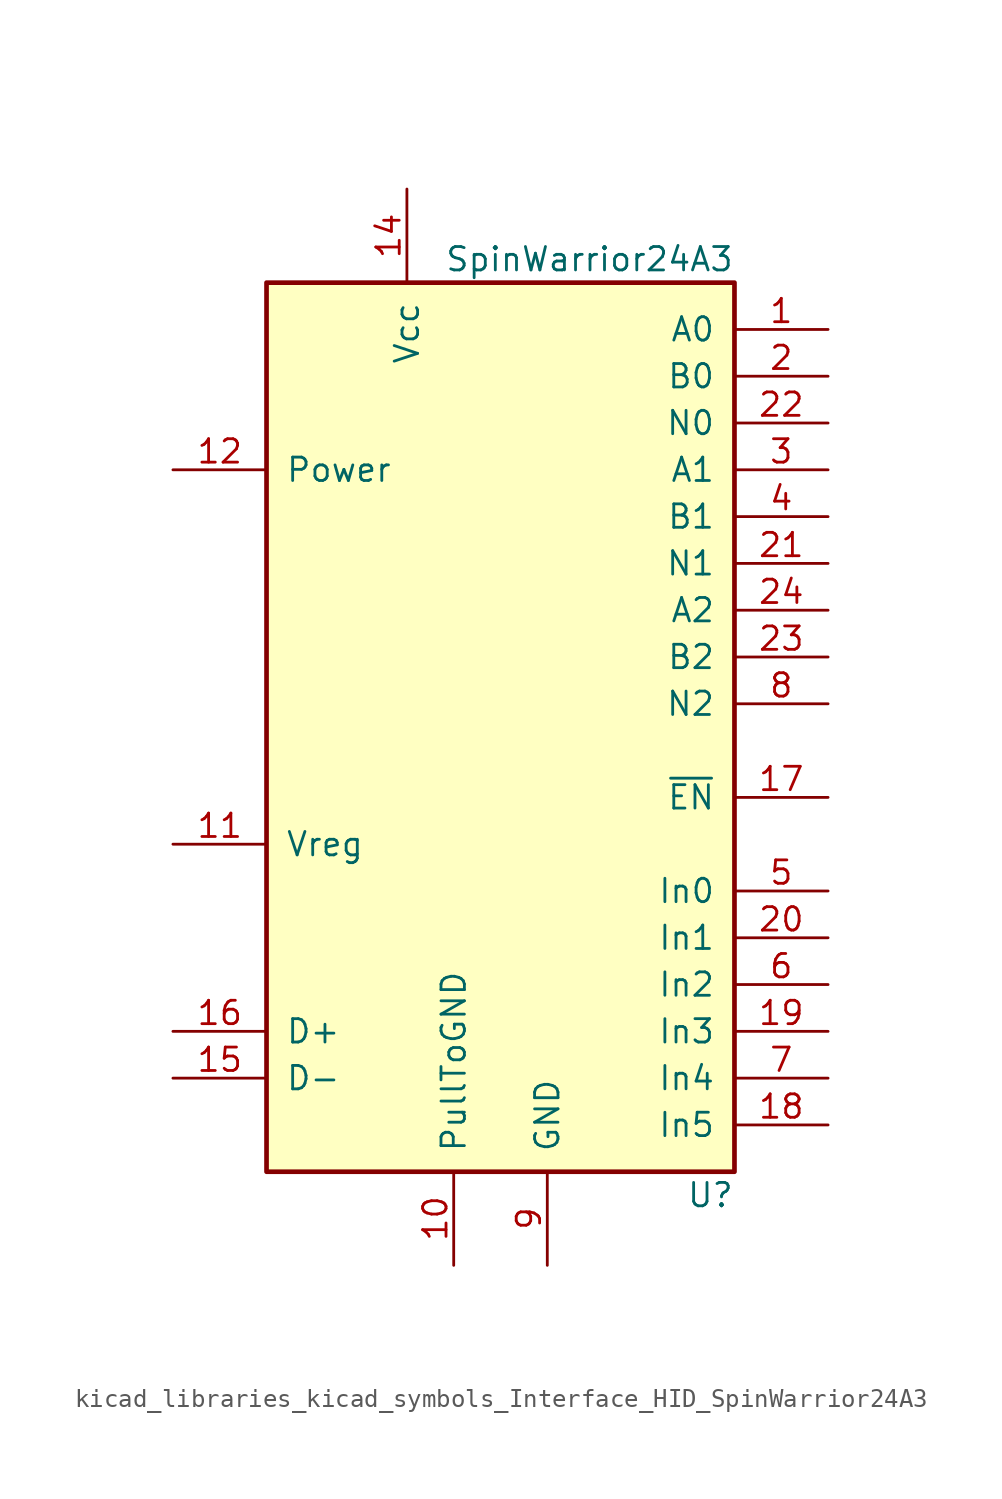
<source format=kicad_sym>
(kicad_symbol_lib
  (version 20220914)
  (generator kicad_symbol_editor)
  (symbol "kicad_libraries_kicad_symbols_Interface_HID_SpinWarrior24A3"
    (pin_names
      (offset 1.016))
    (property "Reference" "U"
      (at 12.7 -24.13 0)
      (effects (font (size 1.27 1.27)) (justify right)))
    (property "Value" "SpinWarrior24A3"
      (at 12.7 26.67 0)
      (effects (font (size 1.27 1.27)) (justify right)))
    (symbol "kicad_libraries_kicad_symbols_Interface_HID_SpinWarrior24A3_1_1"
      (rectangle (start -12.7 25.4) (end 12.7 -22.86) (stroke (width 0.254) (type default)) (fill (type background)))
      (pin input line (at 17.78 22.86 180) (length 5.08) (name "A0" (effects (font (size 1.27 1.27)))) (number "1" (effects (font (size 1.27 1.27)))))
      (pin input line (at -2.54 -27.94 90) (length 5.08) (name "PullToGND" (effects (font (size 1.27 1.27)))) (number "10" (effects (font (size 1.27 1.27)))))
      (pin power_out line (at -17.78 -5.08 0) (length 5.08) (name "Vreg" (effects (font (size 1.27 1.27)))) (number "11" (effects (font (size 1.27 1.27)))))
      (pin input line (at -17.78 15.24 0) (length 5.08) (name "Power" (effects (font (size 1.27 1.27)))) (number "12" (effects (font (size 1.27 1.27)))))
      (pin no_connect line (at -12.7 22.86 0) (length 5.08) hide (name "NC" (effects (font (size 1.27 1.27)))) (number "13" (effects (font (size 1.27 1.27)))))
      (pin power_in line (at -5.08 30.48 270) (length 5.08) (name "Vcc" (effects (font (size 1.27 1.27)))) (number "14" (effects (font (size 1.27 1.27)))))
      (pin bidirectional line (at -17.78 -17.78 0) (length 5.08) (name "D-" (effects (font (size 1.27 1.27)))) (number "15" (effects (font (size 1.27 1.27)))))
      (pin bidirectional line (at -17.78 -15.24 0) (length 5.08) (name "D+" (effects (font (size 1.27 1.27)))) (number "16" (effects (font (size 1.27 1.27)))))
      (pin open_collector line (at 17.78 -2.54 180) (length 5.08) (name "~{EN}" (effects (font (size 1.27 1.27)))) (number "17" (effects (font (size 1.27 1.27)))))
      (pin input line (at 17.78 -20.32 180) (length 5.08) (name "In5" (effects (font (size 1.27 1.27)))) (number "18" (effects (font (size 1.27 1.27)))))
      (pin input line (at 17.78 -15.24 180) (length 5.08) (name "In3" (effects (font (size 1.27 1.27)))) (number "19" (effects (font (size 1.27 1.27)))))
      (pin input line (at 17.78 20.32 180) (length 5.08) (name "B0" (effects (font (size 1.27 1.27)))) (number "2" (effects (font (size 1.27 1.27)))))
      (pin input line (at 17.78 -10.16 180) (length 5.08) (name "In1" (effects (font (size 1.27 1.27)))) (number "20" (effects (font (size 1.27 1.27)))))
      (pin input line (at 17.78 10.16 180) (length 5.08) (name "N1" (effects (font (size 1.27 1.27)))) (number "21" (effects (font (size 1.27 1.27)))))
      (pin input line (at 17.78 17.78 180) (length 5.08) (name "N0" (effects (font (size 1.27 1.27)))) (number "22" (effects (font (size 1.27 1.27)))))
      (pin input line (at 17.78 5.08 180) (length 5.08) (name "B2" (effects (font (size 1.27 1.27)))) (number "23" (effects (font (size 1.27 1.27)))))
      (pin input line (at 17.78 7.62 180) (length 5.08) (name "A2" (effects (font (size 1.27 1.27)))) (number "24" (effects (font (size 1.27 1.27)))))
      (pin input line (at 17.78 15.24 180) (length 5.08) (name "A1" (effects (font (size 1.27 1.27)))) (number "3" (effects (font (size 1.27 1.27)))))
      (pin input line (at 17.78 12.7 180) (length 5.08) (name "B1" (effects (font (size 1.27 1.27)))) (number "4" (effects (font (size 1.27 1.27)))))
      (pin input line (at 17.78 -7.62 180) (length 5.08) (name "In0" (effects (font (size 1.27 1.27)))) (number "5" (effects (font (size 1.27 1.27)))))
      (pin input line (at 17.78 -12.7 180) (length 5.08) (name "In2" (effects (font (size 1.27 1.27)))) (number "6" (effects (font (size 1.27 1.27)))))
      (pin input line (at 17.78 -17.78 180) (length 5.08) (name "In4" (effects (font (size 1.27 1.27)))) (number "7" (effects (font (size 1.27 1.27)))))
      (pin input line (at 17.78 2.54 180) (length 5.08) (name "N2" (effects (font (size 1.27 1.27)))) (number "8" (effects (font (size 1.27 1.27)))))
      (pin power_in line (at 2.54 -27.94 90) (length 5.08) (name "GND" (effects (font (size 1.27 1.27)))) (number "9" (effects (font (size 1.27 1.27))))))))
</source>
